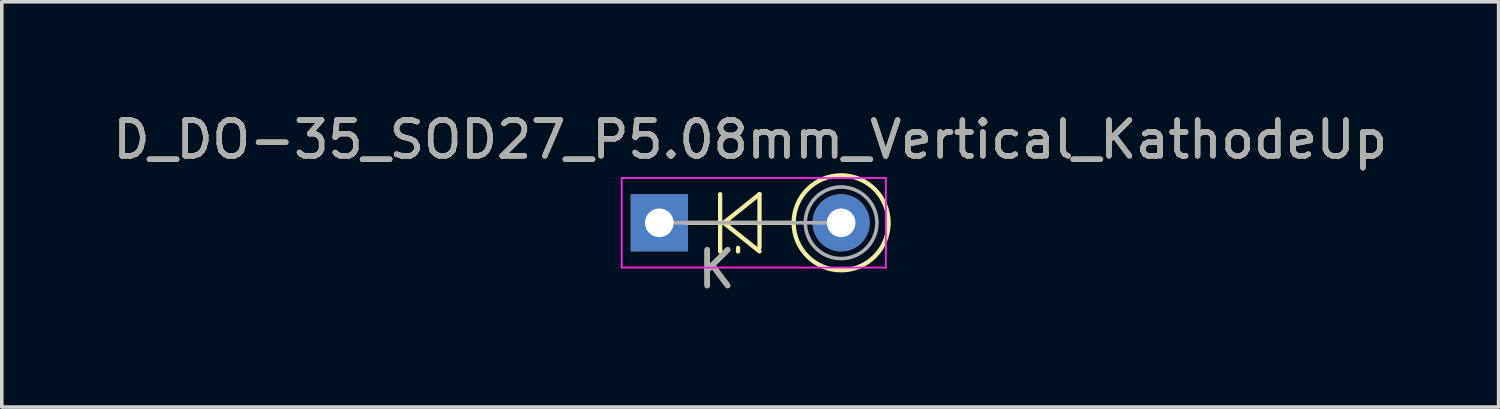
<source format=kicad_pcb>
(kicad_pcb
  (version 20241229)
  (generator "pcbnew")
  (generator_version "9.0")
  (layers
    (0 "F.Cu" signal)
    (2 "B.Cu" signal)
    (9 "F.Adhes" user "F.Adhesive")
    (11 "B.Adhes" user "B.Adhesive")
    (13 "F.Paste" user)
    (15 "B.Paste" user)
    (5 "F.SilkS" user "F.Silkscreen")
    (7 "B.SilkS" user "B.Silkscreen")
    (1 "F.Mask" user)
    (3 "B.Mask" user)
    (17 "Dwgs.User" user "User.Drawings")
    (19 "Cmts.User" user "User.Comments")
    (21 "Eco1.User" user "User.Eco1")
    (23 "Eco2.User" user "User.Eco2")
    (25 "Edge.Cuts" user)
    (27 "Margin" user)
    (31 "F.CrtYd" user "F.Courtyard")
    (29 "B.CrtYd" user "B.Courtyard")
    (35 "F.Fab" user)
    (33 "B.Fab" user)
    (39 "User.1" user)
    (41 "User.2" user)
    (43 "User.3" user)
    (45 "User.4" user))
  (footprint "D_DO-35_SOD27_P5.08mm_Vertical_KathodeUp"
    (layer "F.Cu")
    (at 15.371 3.175)
    (property "Reference" "D_DO-35_SOD27_P5.08mm_Vertical_KathodeUp" (at 2.54 -2.326 0) (layer "F.SilkS") (effects (font (size 1 1) (thickness 0.15))))
    (attr through_hole)
    (fp_line (start 1.7 -0.8) (end 1.7 0.8) (stroke (width 0.12) (type solid)) (layer "F.SilkS"))
    (fp_line (start 1.8 0) (end 2.8 -0.8) (stroke (width 0.12) (type solid)) (layer "F.SilkS"))
    (fp_line (start 2.2 0.7) (end 2.2 0.8) (stroke (width 0.12) (type solid)) (layer "F.SilkS"))
    (fp_line (start 2.8 -0.8) (end 2.8 0.7) (stroke (width 0.12) (type solid)) (layer "F.SilkS"))
    (fp_line (start 2.8 0.8) (end 1.8 0) (stroke (width 0.12) (type solid)) (layer "F.SilkS"))
    (fp_line (start 3.754 0) (end 0.8 0) (stroke (width 0.12) (type solid)) (layer "F.SilkS"))
    (fp_circle (center 5.08 0) (end 6.406 0) (stroke (width 0.12) (type solid)) (fill no) (layer "F.SilkS"))
    (fp_line (start -1.05 -1.25) (end -1.05 1.25) (stroke (width 0.05) (type solid)) (layer "F.CrtYd"))
    (fp_line (start -1.05 1.25) (end 6.33 1.25) (stroke (width 0.05) (type solid)) (layer "F.CrtYd"))
    (fp_line (start 6.33 -1.25) (end -1.05 -1.25) (stroke (width 0.05) (type solid)) (layer "F.CrtYd"))
    (fp_line (start 6.33 1.25) (end 6.33 -1.25) (stroke (width 0.05) (type solid)) (layer "F.CrtYd"))
    (fp_line (start 0 0) (end 5.08 0) (stroke (width 0.1) (type solid)) (layer "F.Fab"))
    (fp_circle (center 5.08 0) (end 6.08 0) (stroke (width 0.1) (type solid)) (fill no) (layer "F.Fab"))
    (fp_text user "K" (at 1.6 1.3 0) (layer "F.SilkS") (effects (font (size 1 1) (thickness 0.15))))
    (fp_text user "K" (at 1.6 1.3 0) (layer "F.Fab") (effects (font (size 1 1) (thickness 0.15))))
    (fp_text user "${REFERENCE}" (at 2.54 -2.326 0) (layer "F.Fab") (effects (font (size 1 1) (thickness 0.15))))
    (pad "1" thru_hole rect (at 0 0) (size 1.6 1.6) (drill 0.8) (layers "*.Cu" "*.Mask"))
    (pad "2" thru_hole oval (at 5.08 0) (size 1.6 1.6) (drill 0.8) (layers "*.Cu" "*.Mask")))
  (gr_rect
    (start -3 -3)
    (end 38.821 8.323)
    (stroke (width 0.1) (type default))
    (fill no)
    (layer "Edge.Cuts")))
</source>
